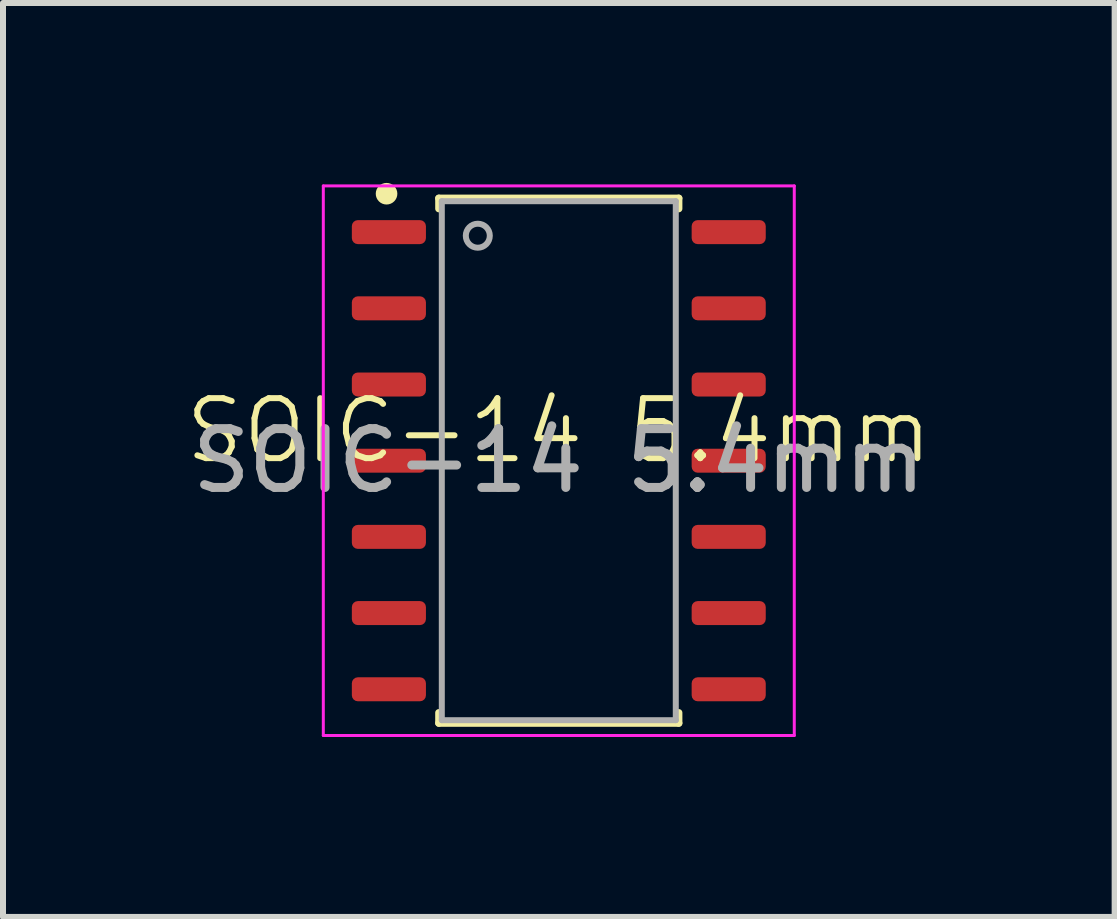
<source format=kicad_pcb>
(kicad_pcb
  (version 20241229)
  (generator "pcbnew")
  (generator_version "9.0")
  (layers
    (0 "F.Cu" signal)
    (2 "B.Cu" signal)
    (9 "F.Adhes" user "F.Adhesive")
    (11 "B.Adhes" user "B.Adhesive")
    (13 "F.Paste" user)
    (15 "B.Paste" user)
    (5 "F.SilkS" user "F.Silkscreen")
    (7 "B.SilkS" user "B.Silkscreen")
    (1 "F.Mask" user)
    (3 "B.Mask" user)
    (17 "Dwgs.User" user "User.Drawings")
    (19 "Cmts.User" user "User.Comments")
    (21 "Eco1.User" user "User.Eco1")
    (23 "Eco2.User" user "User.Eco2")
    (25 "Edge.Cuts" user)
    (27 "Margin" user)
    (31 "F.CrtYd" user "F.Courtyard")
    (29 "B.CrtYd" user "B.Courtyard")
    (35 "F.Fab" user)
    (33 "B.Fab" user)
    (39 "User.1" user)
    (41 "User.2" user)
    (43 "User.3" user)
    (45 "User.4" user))
  (footprint "SOIC-14 5.4mm"
    (layer "F.Cu")
    (at 6.264 4.629)
    (property "Reference" "SOIC-14 5.4mm" (at 0 -0.5 0) (unlocked yes) (layer "F.SilkS") (effects (font (size 1 1) (thickness 0.1))))
    (attr smd)
    (fp_line (start -2 -4.2) (end -2 -4.375) (stroke (width 0.12) (type solid)) (layer "F.SilkS"))
    (fp_line (start -2 4.2) (end -2 4.375) (stroke (width 0.12) (type solid)) (layer "F.SilkS"))
    (fp_line (start -2 4.375) (end 2 4.375) (stroke (width 0.12) (type solid)) (layer "F.SilkS"))
    (fp_line (start 2 -4.375) (end -2 -4.375) (stroke (width 0.12) (type solid)) (layer "F.SilkS"))
    (fp_line (start 2 -4.2) (end 2 -4.375) (stroke (width 0.12) (type solid)) (layer "F.SilkS"))
    (fp_line (start 2 4.2) (end 2 4.375) (stroke (width 0.12) (type solid)) (layer "F.SilkS"))
    (fp_circle (center -2.871 -4.45) (end -2.741 -4.45) (stroke (width 0.1) (type solid)) (fill yes) (layer "F.SilkS"))
    (fp_line (start -3.925 -4.58) (end -3.925 4.58) (stroke (width 0.05) (type solid)) (layer "F.CrtYd"))
    (fp_line (start -3.925 4.58) (end 3.925 4.58) (stroke (width 0.05) (type solid)) (layer "F.CrtYd"))
    (fp_line (start 3.925 -4.58) (end -3.925 -4.58) (stroke (width 0.05) (type solid)) (layer "F.CrtYd"))
    (fp_line (start 3.925 4.58) (end 3.925 -4.58) (stroke (width 0.05) (type solid)) (layer "F.CrtYd"))
    (fp_line (start -1.95 -4.325) (end 1.95 -4.325) (stroke (width 0.1) (type solid)) (layer "F.Fab"))
    (fp_line (start -1.95 4.325) (end -1.95 -4.325) (stroke (width 0.1) (type solid)) (layer "F.Fab"))
    (fp_line (start -1.95 4.325) (end 1.95 4.325) (stroke (width 0.1) (type solid)) (layer "F.Fab"))
    (fp_line (start 1.95 -4.325) (end 1.95 4.325) (stroke (width 0.1) (type solid)) (layer "F.Fab"))
    (fp_circle (center -1.35 -3.75) (end -1.15 -3.75) (stroke (width 0.1) (type solid)) (fill no) (layer "F.Fab"))
    (fp_text user "${REFERENCE}" (at 0 0 0) (layer "F.Fab") (effects (font (size 0.98 0.98) (thickness 0.15))))
    (pad "1" smd roundrect (at -2.832 -3.81) (size 1.235 0.4) (layers "F.Cu" "F.Mask" "F.Paste") (roundrect_rratio 0.25))
    (pad "2" smd roundrect (at -2.832 -2.54) (size 1.235 0.4) (layers "F.Cu" "F.Mask" "F.Paste") (roundrect_rratio 0.25))
    (pad "3" smd roundrect (at -2.832 -1.27) (size 1.235 0.4) (layers "F.Cu" "F.Mask" "F.Paste") (roundrect_rratio 0.25))
    (pad "4" smd roundrect (at -2.832 0) (size 1.235 0.4) (layers "F.Cu" "F.Mask" "F.Paste") (roundrect_rratio 0.25))
    (pad "5" smd roundrect (at -2.832 1.27) (size 1.235 0.4) (layers "F.Cu" "F.Mask" "F.Paste") (roundrect_rratio 0.25))
    (pad "6" smd roundrect (at -2.832 2.54) (size 1.235 0.4) (layers "F.Cu" "F.Mask" "F.Paste") (roundrect_rratio 0.25))
    (pad "7" smd roundrect (at -2.832 3.81) (size 1.235 0.4) (layers "F.Cu" "F.Mask" "F.Paste") (roundrect_rratio 0.25))
    (pad "8" smd roundrect (at 2.832 3.81) (size 1.235 0.4) (layers "F.Cu" "F.Mask" "F.Paste") (roundrect_rratio 0.25))
    (pad "9" smd roundrect (at 2.832 2.54) (size 1.235 0.4) (layers "F.Cu" "F.Mask" "F.Paste") (roundrect_rratio 0.25))
    (pad "10" smd roundrect (at 2.832 1.27) (size 1.235 0.4) (layers "F.Cu" "F.Mask" "F.Paste") (roundrect_rratio 0.25))
    (pad "11" smd roundrect (at 2.832 0) (size 1.235 0.4) (layers "F.Cu" "F.Mask" "F.Paste") (roundrect_rratio 0.25))
    (pad "12" smd roundrect (at 2.832 -1.27) (size 1.235 0.4) (layers "F.Cu" "F.Mask" "F.Paste") (roundrect_rratio 0.25))
    (pad "13" smd roundrect (at 2.832 -2.54) (size 1.235 0.4) (layers "F.Cu" "F.Mask" "F.Paste") (roundrect_rratio 0.25))
    (pad "14" smd roundrect (at 2.832 -3.81) (size 1.235 0.4) (layers "F.Cu" "F.Mask" "F.Paste") (roundrect_rratio 0.25)))
  (gr_rect
    (start -3 -3)
    (end 15.529 12.234)
    (stroke (width 0.1) (type default))
    (fill no)
    (layer "Edge.Cuts")))
</source>
